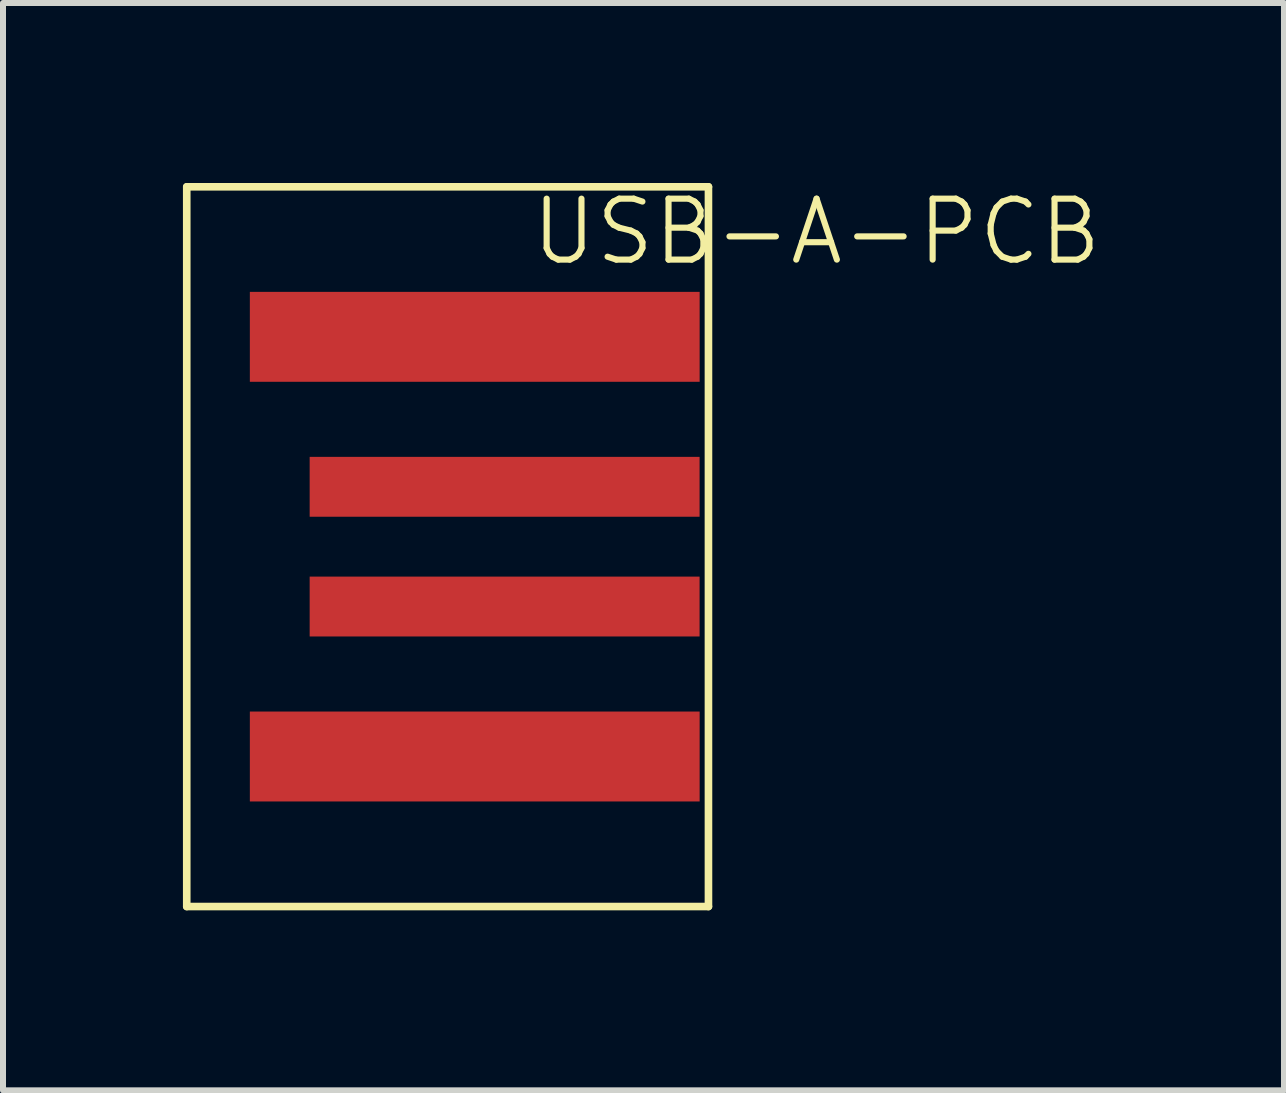
<source format=kicad_pcb>
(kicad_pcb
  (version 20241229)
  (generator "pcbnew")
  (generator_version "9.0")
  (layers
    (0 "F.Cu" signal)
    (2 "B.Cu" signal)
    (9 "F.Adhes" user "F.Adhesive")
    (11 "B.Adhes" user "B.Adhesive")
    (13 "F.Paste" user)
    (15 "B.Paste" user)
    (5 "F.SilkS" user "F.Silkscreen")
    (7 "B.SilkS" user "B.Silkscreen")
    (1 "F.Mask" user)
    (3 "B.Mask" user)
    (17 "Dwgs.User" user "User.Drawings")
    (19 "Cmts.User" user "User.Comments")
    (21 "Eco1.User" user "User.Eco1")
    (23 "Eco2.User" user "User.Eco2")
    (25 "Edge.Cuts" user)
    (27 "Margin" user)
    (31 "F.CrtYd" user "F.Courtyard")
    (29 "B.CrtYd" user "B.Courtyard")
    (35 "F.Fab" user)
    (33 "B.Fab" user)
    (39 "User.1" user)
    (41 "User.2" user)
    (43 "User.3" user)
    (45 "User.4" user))
  (footprint "USB-A-PCB"
    (layer "F.Cu")
    (at 5.062 6.063)
    (property "Reference" "USB-A-PCB" (at 5.5 -5.25 0) (layer "F.SilkS") (effects (font (size 1.016 1.016) (thickness 0.102))))
    (attr smd)
    (fp_line (start -4.999 -5.999) (end 3.698 -5.999) (stroke (width 0.127) (type solid)) (layer "F.SilkS"))
    (fp_line (start -4.999 5.999) (end -4.999 -5.999) (stroke (width 0.127) (type solid)) (layer "F.SilkS"))
    (fp_line (start 3.698 -5.999) (end 3.698 5.999) (stroke (width 0.127) (type solid)) (layer "F.SilkS"))
    (fp_line (start 3.698 5.999) (end -4.999 5.999) (stroke (width 0.127) (type solid)) (layer "F.SilkS"))
    (pad "1" smd rect (at -0.198 3.498) (size 7.498 1.499) (layers "F.Cu" "F.Mask" "F.Paste"))
    (pad "2" smd rect (at 0.3 0.998) (size 6.5 0.998) (layers "F.Cu" "F.Mask" "F.Paste"))
    (pad "3" smd rect (at 0.3 -0.998) (size 6.5 0.998) (layers "F.Cu" "F.Mask" "F.Paste"))
    (pad "4" smd rect (at -0.198 -3.498) (size 7.498 1.499) (layers "F.Cu" "F.Mask" "F.Paste")))
  (gr_rect
    (start -3 -3)
    (end 18.354 15.126)
    (stroke (width 0.1) (type default))
    (fill no)
    (layer "Edge.Cuts")))
</source>
